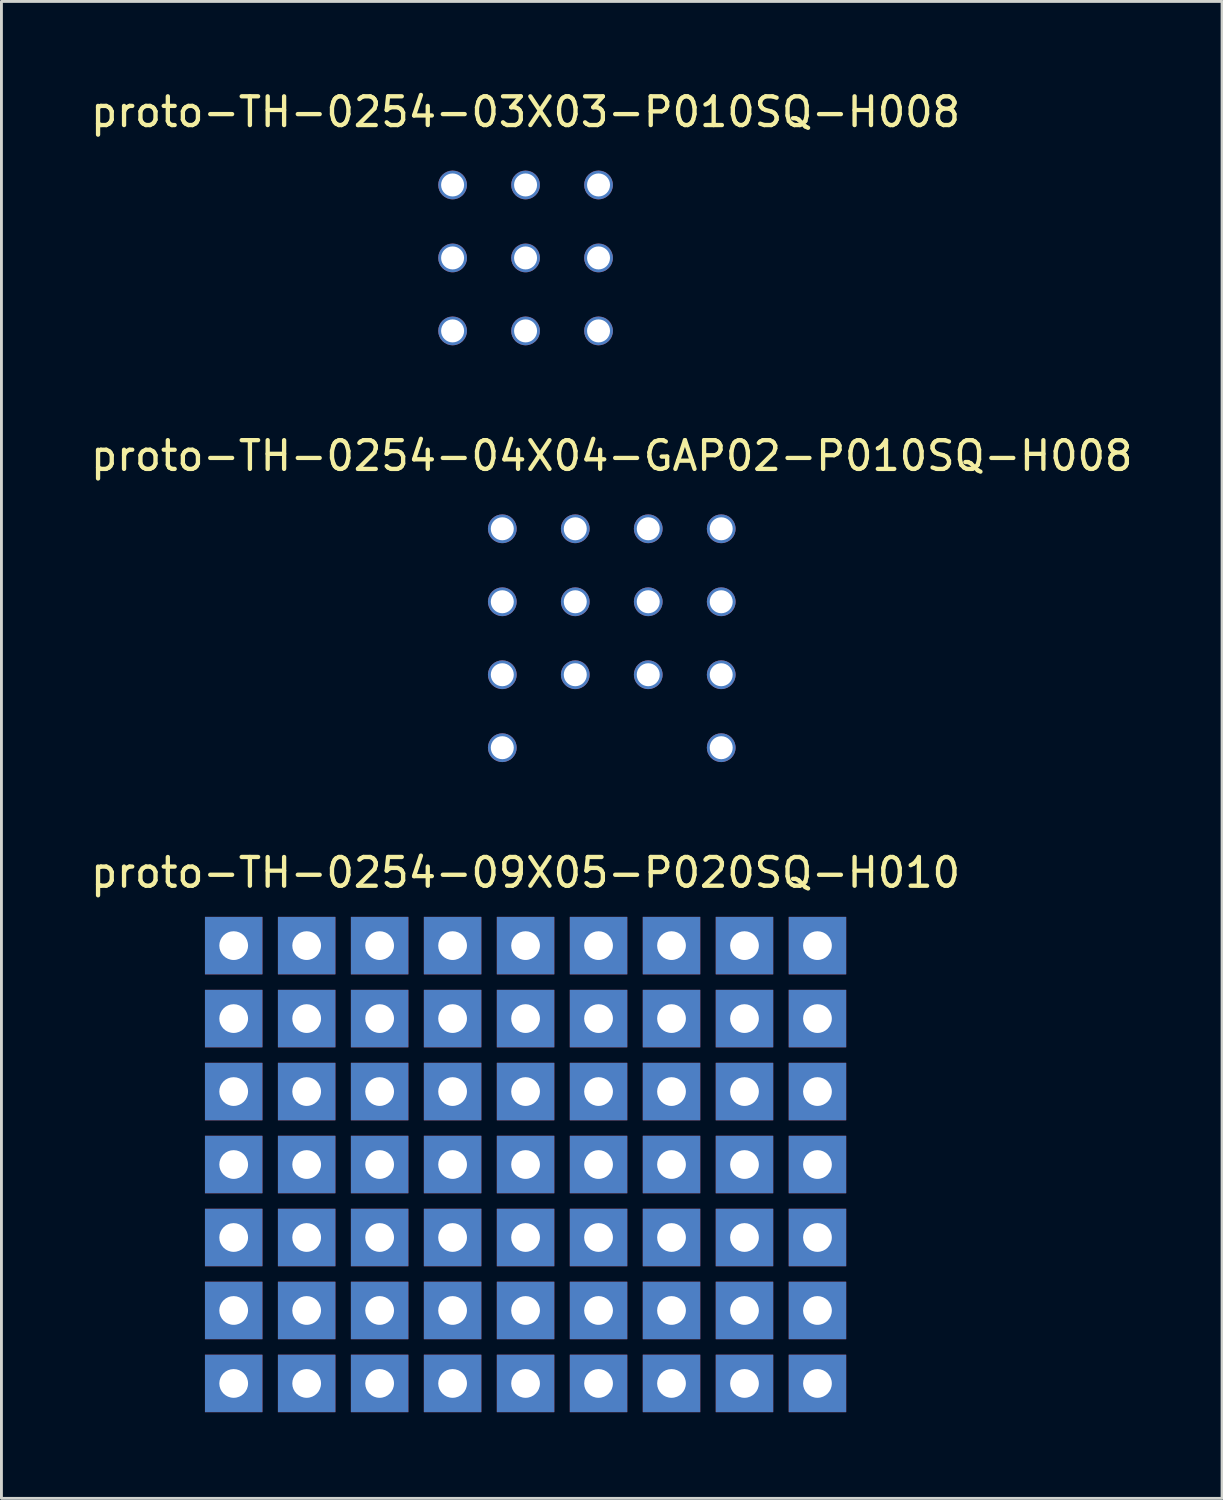
<source format=kicad_pcb>
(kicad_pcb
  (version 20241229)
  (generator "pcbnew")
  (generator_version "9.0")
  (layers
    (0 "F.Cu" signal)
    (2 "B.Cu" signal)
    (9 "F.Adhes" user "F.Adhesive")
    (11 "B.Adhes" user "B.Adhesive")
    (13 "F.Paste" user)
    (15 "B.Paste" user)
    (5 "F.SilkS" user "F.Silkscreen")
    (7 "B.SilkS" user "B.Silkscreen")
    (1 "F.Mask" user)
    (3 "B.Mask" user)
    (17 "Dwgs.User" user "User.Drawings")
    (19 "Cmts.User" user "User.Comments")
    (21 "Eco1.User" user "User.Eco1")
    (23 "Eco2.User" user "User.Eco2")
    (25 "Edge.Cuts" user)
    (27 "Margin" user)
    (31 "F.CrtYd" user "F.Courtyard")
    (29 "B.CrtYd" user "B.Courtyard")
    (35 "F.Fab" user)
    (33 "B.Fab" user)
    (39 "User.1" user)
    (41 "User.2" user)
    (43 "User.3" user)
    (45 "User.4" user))
  (footprint "proto-TH-0254-09X05-P020SQ-H010"
    (layer "F.Cu")
    (at 15.244 37.485)
    (property "Reference" "proto-TH-0254-09X05-P020SQ-H010" (at 0 -10.16 0) (layer "F.SilkS") (effects (font (size 1 1) (thickness 0.15))))
    (attr through_hole)
    (pad "NC" thru_hole rect (at -10.16 -7.62) (size 2 2) (drill 1) (layers "*.Cu" "*.Mask"))
    (pad "NC" thru_hole rect (at -10.16 -5.08) (size 2 2) (drill 1) (layers "*.Cu" "*.Mask"))
    (pad "NC" thru_hole rect (at -10.16 -2.54) (size 2 2) (drill 1) (layers "*.Cu" "*.Mask"))
    (pad "NC" thru_hole rect (at -10.16 0) (size 2 2) (drill 1) (layers "*.Cu" "*.Mask"))
    (pad "NC" thru_hole rect (at -10.16 2.54) (size 2 2) (drill 1) (layers "*.Cu" "*.Mask"))
    (pad "NC" thru_hole rect (at -10.16 5.08) (size 2 2) (drill 1) (layers "*.Cu" "*.Mask"))
    (pad "NC" thru_hole rect (at -10.16 7.62) (size 2 2) (drill 1) (layers "*.Cu" "*.Mask"))
    (pad "NC" thru_hole rect (at -7.62 -7.62) (size 2 2) (drill 1) (layers "*.Cu" "*.Mask"))
    (pad "NC" thru_hole rect (at -7.62 -5.08) (size 2 2) (drill 1) (layers "*.Cu" "*.Mask"))
    (pad "NC" thru_hole rect (at -7.62 -2.54) (size 2 2) (drill 1) (layers "*.Cu" "*.Mask"))
    (pad "NC" thru_hole rect (at -7.62 0) (size 2 2) (drill 1) (layers "*.Cu" "*.Mask"))
    (pad "NC" thru_hole rect (at -7.62 2.54) (size 2 2) (drill 1) (layers "*.Cu" "*.Mask"))
    (pad "NC" thru_hole rect (at -7.62 5.08) (size 2 2) (drill 1) (layers "*.Cu" "*.Mask"))
    (pad "NC" thru_hole rect (at -7.62 7.62) (size 2 2) (drill 1) (layers "*.Cu" "*.Mask"))
    (pad "NC" thru_hole rect (at -5.08 -7.62) (size 2 2) (drill 1) (layers "*.Cu" "*.Mask"))
    (pad "NC" thru_hole rect (at -5.08 -5.08) (size 2 2) (drill 1) (layers "*.Cu" "*.Mask"))
    (pad "NC" thru_hole rect (at -5.08 -2.54) (size 2 2) (drill 1) (layers "*.Cu" "*.Mask"))
    (pad "NC" thru_hole rect (at -5.08 0) (size 2 2) (drill 1) (layers "*.Cu" "*.Mask"))
    (pad "NC" thru_hole rect (at -5.08 2.54) (size 2 2) (drill 1) (layers "*.Cu" "*.Mask"))
    (pad "NC" thru_hole rect (at -5.08 5.08) (size 2 2) (drill 1) (layers "*.Cu" "*.Mask"))
    (pad "NC" thru_hole rect (at -5.08 7.62) (size 2 2) (drill 1) (layers "*.Cu" "*.Mask"))
    (pad "NC" thru_hole rect (at -2.54 -7.62) (size 2 2) (drill 1) (layers "*.Cu" "*.Mask"))
    (pad "NC" thru_hole rect (at -2.54 -5.08) (size 2 2) (drill 1) (layers "*.Cu" "*.Mask"))
    (pad "NC" thru_hole rect (at -2.54 -2.54) (size 2 2) (drill 1) (layers "*.Cu" "*.Mask"))
    (pad "NC" thru_hole rect (at -2.54 0) (size 2 2) (drill 1) (layers "*.Cu" "*.Mask"))
    (pad "NC" thru_hole rect (at -2.54 2.54) (size 2 2) (drill 1) (layers "*.Cu" "*.Mask"))
    (pad "NC" thru_hole rect (at -2.54 5.08) (size 2 2) (drill 1) (layers "*.Cu" "*.Mask"))
    (pad "NC" thru_hole rect (at -2.54 7.62) (size 2 2) (drill 1) (layers "*.Cu" "*.Mask"))
    (pad "NC" thru_hole rect (at 0 -7.62) (size 2 2) (drill 1) (layers "*.Cu" "*.Mask"))
    (pad "NC" thru_hole rect (at 0 -5.08) (size 2 2) (drill 1) (layers "*.Cu" "*.Mask"))
    (pad "NC" thru_hole rect (at 0 -2.54) (size 2 2) (drill 1) (layers "*.Cu" "*.Mask"))
    (pad "NC" thru_hole rect (at 0 0) (size 2 2) (drill 1) (layers "*.Cu" "*.Mask"))
    (pad "NC" thru_hole rect (at 0 2.54) (size 2 2) (drill 1) (layers "*.Cu" "*.Mask"))
    (pad "NC" thru_hole rect (at 0 5.08) (size 2 2) (drill 1) (layers "*.Cu" "*.Mask"))
    (pad "NC" thru_hole rect (at 0 7.62) (size 2 2) (drill 1) (layers "*.Cu" "*.Mask"))
    (pad "NC" thru_hole rect (at 2.54 -7.62) (size 2 2) (drill 1) (layers "*.Cu" "*.Mask"))
    (pad "NC" thru_hole rect (at 2.54 -5.08) (size 2 2) (drill 1) (layers "*.Cu" "*.Mask"))
    (pad "NC" thru_hole rect (at 2.54 -2.54) (size 2 2) (drill 1) (layers "*.Cu" "*.Mask"))
    (pad "NC" thru_hole rect (at 2.54 0) (size 2 2) (drill 1) (layers "*.Cu" "*.Mask"))
    (pad "NC" thru_hole rect (at 2.54 2.54) (size 2 2) (drill 1) (layers "*.Cu" "*.Mask"))
    (pad "NC" thru_hole rect (at 2.54 5.08) (size 2 2) (drill 1) (layers "*.Cu" "*.Mask"))
    (pad "NC" thru_hole rect (at 2.54 7.62) (size 2 2) (drill 1) (layers "*.Cu" "*.Mask"))
    (pad "NC" thru_hole rect (at 5.08 -7.62) (size 2 2) (drill 1) (layers "*.Cu" "*.Mask"))
    (pad "NC" thru_hole rect (at 5.08 -5.08) (size 2 2) (drill 1) (layers "*.Cu" "*.Mask"))
    (pad "NC" thru_hole rect (at 5.08 -2.54) (size 2 2) (drill 1) (layers "*.Cu" "*.Mask"))
    (pad "NC" thru_hole rect (at 5.08 0) (size 2 2) (drill 1) (layers "*.Cu" "*.Mask"))
    (pad "NC" thru_hole rect (at 5.08 2.54) (size 2 2) (drill 1) (layers "*.Cu" "*.Mask"))
    (pad "NC" thru_hole rect (at 5.08 5.08) (size 2 2) (drill 1) (layers "*.Cu" "*.Mask"))
    (pad "NC" thru_hole rect (at 5.08 7.62) (size 2 2) (drill 1) (layers "*.Cu" "*.Mask"))
    (pad "NC" thru_hole rect (at 7.62 -7.62) (size 2 2) (drill 1) (layers "*.Cu" "*.Mask"))
    (pad "NC" thru_hole rect (at 7.62 -5.08) (size 2 2) (drill 1) (layers "*.Cu" "*.Mask"))
    (pad "NC" thru_hole rect (at 7.62 -2.54) (size 2 2) (drill 1) (layers "*.Cu" "*.Mask"))
    (pad "NC" thru_hole rect (at 7.62 0) (size 2 2) (drill 1) (layers "*.Cu" "*.Mask"))
    (pad "NC" thru_hole rect (at 7.62 2.54) (size 2 2) (drill 1) (layers "*.Cu" "*.Mask"))
    (pad "NC" thru_hole rect (at 7.62 5.08) (size 2 2) (drill 1) (layers "*.Cu" "*.Mask"))
    (pad "NC" thru_hole rect (at 7.62 7.62) (size 2 2) (drill 1) (layers "*.Cu" "*.Mask"))
    (pad "NC" thru_hole rect (at 10.16 -7.62) (size 2 2) (drill 1) (layers "*.Cu" "*.Mask"))
    (pad "NC" thru_hole rect (at 10.16 -5.08) (size 2 2) (drill 1) (layers "*.Cu" "*.Mask"))
    (pad "NC" thru_hole rect (at 10.16 -2.54) (size 2 2) (drill 1) (layers "*.Cu" "*.Mask"))
    (pad "NC" thru_hole rect (at 10.16 0) (size 2 2) (drill 1) (layers "*.Cu" "*.Mask"))
    (pad "NC" thru_hole rect (at 10.16 2.54) (size 2 2) (drill 1) (layers "*.Cu" "*.Mask"))
    (pad "NC" thru_hole rect (at 10.16 5.08) (size 2 2) (drill 1) (layers "*.Cu" "*.Mask"))
    (pad "NC" thru_hole rect (at 10.16 7.62) (size 2 2) (drill 1) (layers "*.Cu" "*.Mask")))
  (footprint "proto-TH-0254-04X04-GAP02-P010SQ-H008"
    (layer "F.Cu")
    (at 18.244 19.166)
    (property "Reference" "proto-TH-0254-04X04-GAP02-P010SQ-H008" (at 0 -6.35 0) (layer "F.SilkS") (effects (font (size 1 1) (thickness 0.15))))
    (attr through_hole)
    (pad "1" thru_hole circle (at -3.81 -3.81) (size 1 1) (drill 0.8) (layers "*.Cu" "*.Mask"))
    (pad "2" thru_hole circle (at -1.27 -3.81) (size 1 1) (drill 0.8) (layers "*.Cu" "*.Mask"))
    (pad "3" thru_hole circle (at 1.27 -3.81) (size 1 1) (drill 0.8) (layers "*.Cu" "*.Mask"))
    (pad "4" thru_hole circle (at 3.81 -3.81) (size 1 1) (drill 0.8) (layers "*.Cu" "*.Mask"))
    (pad "5" thru_hole circle (at -3.81 -1.27) (size 1 1) (drill 0.8) (layers "*.Cu" "*.Mask"))
    (pad "6" thru_hole circle (at -1.27 -1.27) (size 1 1) (drill 0.8) (layers "*.Cu" "*.Mask"))
    (pad "7" thru_hole circle (at 1.27 -1.27) (size 1 1) (drill 0.8) (layers "*.Cu" "*.Mask"))
    (pad "8" thru_hole circle (at 3.81 -1.27) (size 1 1) (drill 0.8) (layers "*.Cu" "*.Mask"))
    (pad "9" thru_hole circle (at -3.81 1.27) (size 1 1) (drill 0.8) (layers "*.Cu" "*.Mask"))
    (pad "10" thru_hole circle (at -1.27 1.27) (size 1 1) (drill 0.8) (layers "*.Cu" "*.Mask"))
    (pad "11" thru_hole circle (at 1.27 1.27) (size 1 1) (drill 0.8) (layers "*.Cu" "*.Mask"))
    (pad "12" thru_hole circle (at 3.81 1.27) (size 1 1) (drill 0.8) (layers "*.Cu" "*.Mask"))
    (pad "13" thru_hole circle (at -3.81 3.81) (size 1 1) (drill 0.8) (layers "*.Cu" "*.Mask"))
    (pad "16" thru_hole circle (at 3.81 3.81) (size 1 1) (drill 0.8) (layers "*.Cu" "*.Mask")))
  (footprint "proto-TH-0254-03X03-P010SQ-H008"
    (layer "F.Cu")
    (at 15.244 5.928)
    (property "Reference" "proto-TH-0254-03X03-P010SQ-H008" (at 0 -5.08 0) (layer "F.SilkS") (effects (font (size 1 1) (thickness 0.15))))
    (attr through_hole)
    (pad "1" thru_hole circle (at -2.54 -2.54) (size 1 1) (drill 0.8) (layers "*.Cu" "*.Mask"))
    (pad "2" thru_hole circle (at 0 -2.54) (size 1 1) (drill 0.8) (layers "*.Cu" "*.Mask"))
    (pad "3" thru_hole circle (at 2.54 -2.54) (size 1 1) (drill 0.8) (layers "*.Cu" "*.Mask"))
    (pad "5" thru_hole circle (at -2.54 0) (size 1 1) (drill 0.8) (layers "*.Cu" "*.Mask"))
    (pad "6" thru_hole circle (at 0 0) (size 1 1) (drill 0.8) (layers "*.Cu" "*.Mask"))
    (pad "7" thru_hole circle (at 2.54 0) (size 1 1) (drill 0.8) (layers "*.Cu" "*.Mask"))
    (pad "9" thru_hole circle (at -2.54 2.54) (size 1 1) (drill 0.8) (layers "*.Cu" "*.Mask"))
    (pad "10" thru_hole circle (at 0 2.54) (size 1 1) (drill 0.8) (layers "*.Cu" "*.Mask"))
    (pad "11" thru_hole circle (at 2.54 2.54) (size 1 1) (drill 0.8) (layers "*.Cu" "*.Mask")))
  (gr_rect
    (start -3 -3)
    (end 39.488 49.105)
    (stroke (width 0.1) (type default))
    (fill no)
    (layer "Edge.Cuts")))
</source>
